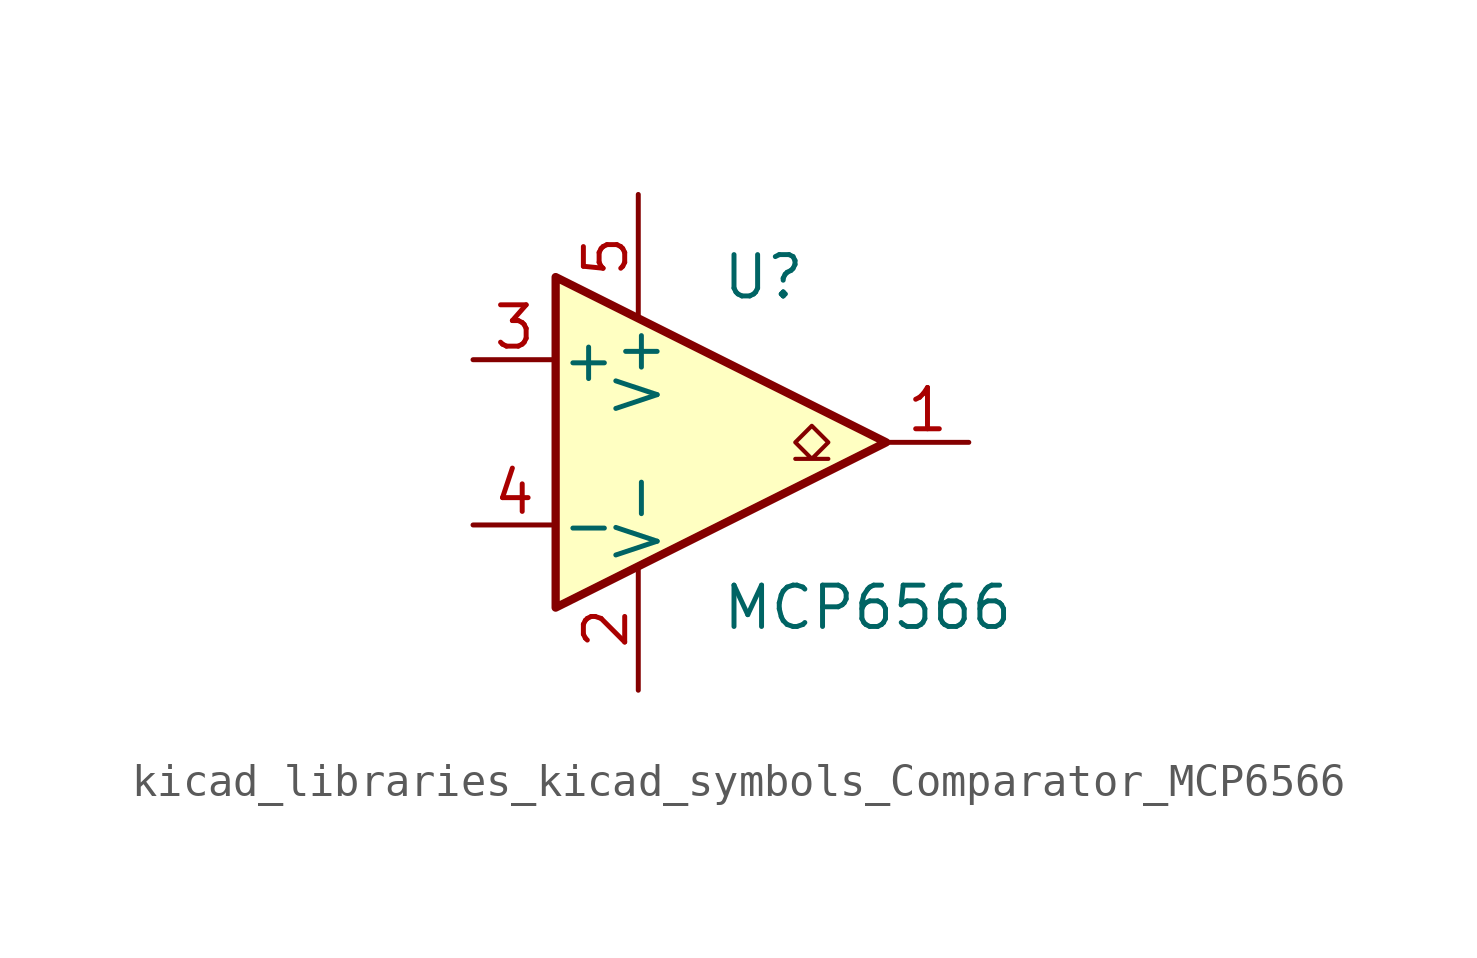
<source format=kicad_sym>
(kicad_symbol_lib
  (version 20220914)
  (generator kicad_symbol_editor)
  (symbol "kicad_libraries_kicad_symbols_Comparator_MCP6566"
    (pin_names
      (offset 0.127))
    (property "Reference" "U"
      (at 0 5.08 0)
      (effects (font (size 1.27 1.27)) (justify left)))
    (property "Value" "MCP6566"
      (at 0 -5.08 0)
      (effects (font (size 1.27 1.27)) (justify left)))
    (symbol "kicad_libraries_kicad_symbols_Comparator_MCP6566_0_1"
      (polyline (pts (xy -5.08 5.08) (xy 5.08 0) (xy -5.08 -5.08) (xy -5.08 5.08)) (stroke (width 0.254) (type default)) (fill (type background)))
      (polyline (pts (xy 3.302 -0.508) (xy 2.794 -0.508) (xy 3.302 0) (xy 2.794 0.508) (xy 2.286 0) (xy 2.794 -0.508) (xy 2.286 -0.508)) (stroke (width 0.127) (type default)) (fill (type none)))
      (pin power_in line (at -2.54 -7.62 90) (length 3.81) (name "V-" (effects (font (size 1.27 1.27)))) (number "2" (effects (font (size 1.27 1.27)))))
      (pin power_in line (at -2.54 7.62 270) (length 3.81) (name "V+" (effects (font (size 1.27 1.27)))) (number "5" (effects (font (size 1.27 1.27))))))
    (symbol "kicad_libraries_kicad_symbols_Comparator_MCP6566_1_1"
      (pin open_collector line (at 7.62 0 180) (length 2.54) (name "~" (effects (font (size 1.27 1.27)))) (number "1" (effects (font (size 1.27 1.27)))))
      (pin input line (at -7.62 2.54 0) (length 2.54) (name "+" (effects (font (size 1.27 1.27)))) (number "3" (effects (font (size 1.27 1.27)))))
      (pin input line (at -7.62 -2.54 0) (length 2.54) (name "-" (effects (font (size 1.27 1.27)))) (number "4" (effects (font (size 1.27 1.27))))))))
</source>
